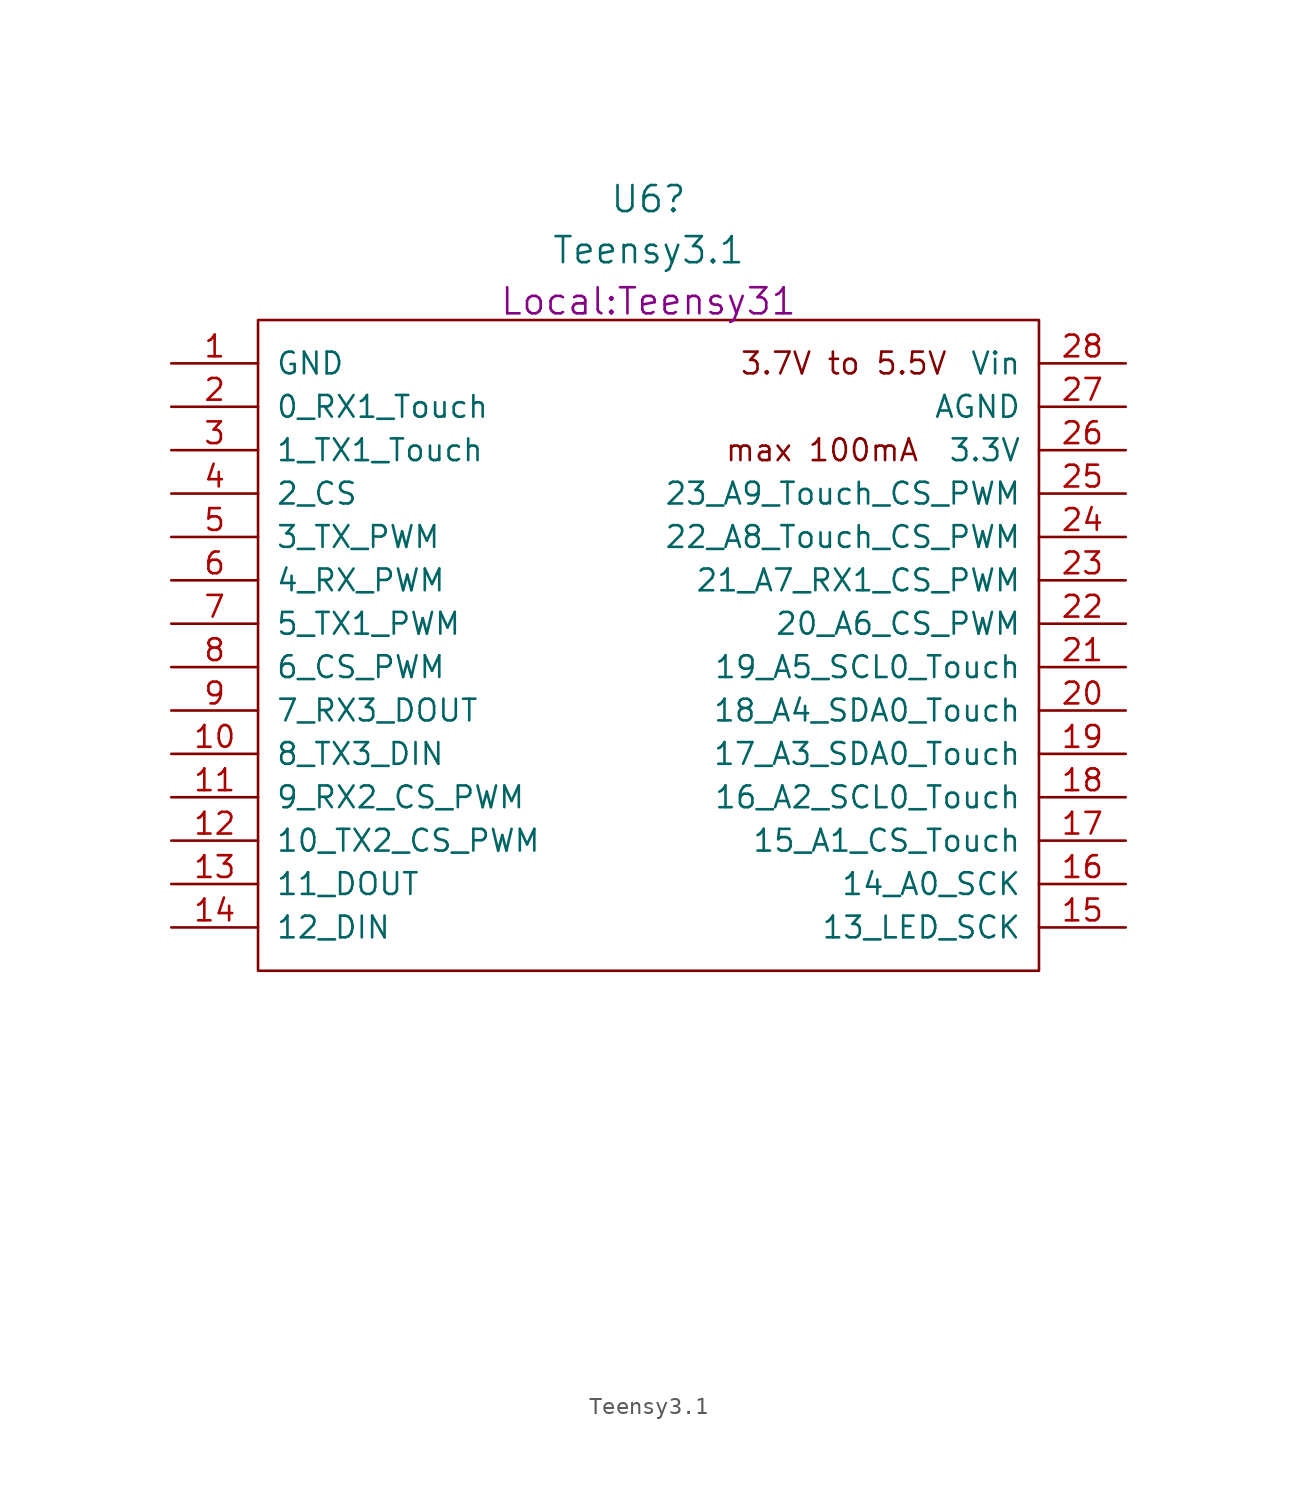
<source format=kicad_sym>
(kicad_symbol_lib
  (version 20211014)
  (generator kicad_symbol_editor)
  (symbol "Teensy3.1"
    (pin_names
      (offset 1.016))
    (property "Reference" "U6"
      (at 0 43.907 0)
      (effects (font (size 1.524 1.524))))
    (property "Value" "Teensy3.1"
      (at 0 40.914 0)
      (effects (font (size 1.524 1.524))))
    (property "Footprint" "Local:Teensy31"
      (at 0 37.921 0)
      (effects (font (size 1.524 1.524))))
    (property "Datasheet" ""
      (at 0 -19.05 0)
      (effects (font (size 1.524 1.524))))
    (symbol "Teensy3.1_0_0"
      (text "3.7V to 5.5V" (at 11.43 34.29 0) (effects (font (size 1.27 1.27))))
      (text "max 100mA" (at 10.16 29.21 0) (effects (font (size 1.27 1.27)))))
    (symbol "Teensy3.1_0_1"
      (rectangle (start -22.86 36.83) (end 22.86 -1.27) (stroke (width 0) (type default) (color 0 0 0 0)) (fill (type none))))
    (symbol "Teensy3.1_1_1"
      (pin power_in line (at -27.94 34.29 0) (length 5.08) (name "GND" (effects (font (size 1.27 1.27)))) (number "1" (effects (font (size 1.27 1.27)))))
      (pin bidirectional line (at -27.94 11.43 0) (length 5.08) (name "8_TX3_DIN" (effects (font (size 1.27 1.27)))) (number "10" (effects (font (size 1.27 1.27)))))
      (pin bidirectional line (at -27.94 8.89 0) (length 5.08) (name "9_RX2_CS_PWM" (effects (font (size 1.27 1.27)))) (number "11" (effects (font (size 1.27 1.27)))))
      (pin bidirectional line (at -27.94 6.35 0) (length 5.08) (name "10_TX2_CS_PWM" (effects (font (size 1.27 1.27)))) (number "12" (effects (font (size 1.27 1.27)))))
      (pin bidirectional line (at -27.94 3.81 0) (length 5.08) (name "11_DOUT" (effects (font (size 1.27 1.27)))) (number "13" (effects (font (size 1.27 1.27)))))
      (pin bidirectional line (at -27.94 1.27 0) (length 5.08) (name "12_DIN" (effects (font (size 1.27 1.27)))) (number "14" (effects (font (size 1.27 1.27)))))
      (pin bidirectional line (at 27.94 1.27 180) (length 5.08) (name "13_LED_SCK" (effects (font (size 1.27 1.27)))) (number "15" (effects (font (size 1.27 1.27)))))
      (pin bidirectional line (at 27.94 3.81 180) (length 5.08) (name "14_A0_SCK" (effects (font (size 1.27 1.27)))) (number "16" (effects (font (size 1.27 1.27)))))
      (pin bidirectional line (at 27.94 6.35 180) (length 5.08) (name "15_A1_CS_Touch" (effects (font (size 1.27 1.27)))) (number "17" (effects (font (size 1.27 1.27)))))
      (pin bidirectional line (at 27.94 8.89 180) (length 5.08) (name "16_A2_SCL0_Touch" (effects (font (size 1.27 1.27)))) (number "18" (effects (font (size 1.27 1.27)))))
      (pin bidirectional line (at 27.94 11.43 180) (length 5.08) (name "17_A3_SDA0_Touch" (effects (font (size 1.27 1.27)))) (number "19" (effects (font (size 1.27 1.27)))))
      (pin bidirectional line (at -27.94 31.75 0) (length 5.08) (name "0_RX1_Touch" (effects (font (size 1.27 1.27)))) (number "2" (effects (font (size 1.27 1.27)))))
      (pin bidirectional line (at 27.94 13.97 180) (length 5.08) (name "18_A4_SDA0_Touch" (effects (font (size 1.27 1.27)))) (number "20" (effects (font (size 1.27 1.27)))))
      (pin bidirectional line (at 27.94 16.51 180) (length 5.08) (name "19_A5_SCL0_Touch" (effects (font (size 1.27 1.27)))) (number "21" (effects (font (size 1.27 1.27)))))
      (pin bidirectional line (at 27.94 19.05 180) (length 5.08) (name "20_A6_CS_PWM" (effects (font (size 1.27 1.27)))) (number "22" (effects (font (size 1.27 1.27)))))
      (pin bidirectional line (at 27.94 21.59 180) (length 5.08) (name "21_A7_RX1_CS_PWM" (effects (font (size 1.27 1.27)))) (number "23" (effects (font (size 1.27 1.27)))))
      (pin bidirectional line (at 27.94 24.13 180) (length 5.08) (name "22_A8_Touch_CS_PWM" (effects (font (size 1.27 1.27)))) (number "24" (effects (font (size 1.27 1.27)))))
      (pin bidirectional line (at 27.94 26.67 180) (length 5.08) (name "23_A9_Touch_CS_PWM" (effects (font (size 1.27 1.27)))) (number "25" (effects (font (size 1.27 1.27)))))
      (pin power_out line (at 27.94 29.21 180) (length 5.08) (name "3.3V" (effects (font (size 1.27 1.27)))) (number "26" (effects (font (size 1.27 1.27)))))
      (pin power_out line (at 27.94 31.75 180) (length 5.08) (name "AGND" (effects (font (size 1.27 1.27)))) (number "27" (effects (font (size 1.27 1.27)))))
      (pin power_in line (at 27.94 34.29 180) (length 5.08) (name "Vin" (effects (font (size 1.27 1.27)))) (number "28" (effects (font (size 1.27 1.27)))))
      (pin bidirectional line (at -27.94 29.21 0) (length 5.08) (name "1_TX1_Touch" (effects (font (size 1.27 1.27)))) (number "3" (effects (font (size 1.27 1.27)))))
      (pin bidirectional line (at -27.94 26.67 0) (length 5.08) (name "2_CS" (effects (font (size 1.27 1.27)))) (number "4" (effects (font (size 1.27 1.27)))))
      (pin bidirectional line (at -27.94 24.13 0) (length 5.08) (name "3_TX_PWM" (effects (font (size 1.27 1.27)))) (number "5" (effects (font (size 1.27 1.27)))))
      (pin bidirectional line (at -27.94 21.59 0) (length 5.08) (name "4_RX_PWM" (effects (font (size 1.27 1.27)))) (number "6" (effects (font (size 1.27 1.27)))))
      (pin bidirectional line (at -27.94 19.05 0) (length 5.08) (name "5_TX1_PWM" (effects (font (size 1.27 1.27)))) (number "7" (effects (font (size 1.27 1.27)))))
      (pin bidirectional line (at -27.94 16.51 0) (length 5.08) (name "6_CS_PWM" (effects (font (size 1.27 1.27)))) (number "8" (effects (font (size 1.27 1.27)))))
      (pin bidirectional line (at -27.94 13.97 0) (length 5.08) (name "7_RX3_DOUT" (effects (font (size 1.27 1.27)))) (number "9" (effects (font (size 1.27 1.27))))))))
</source>
